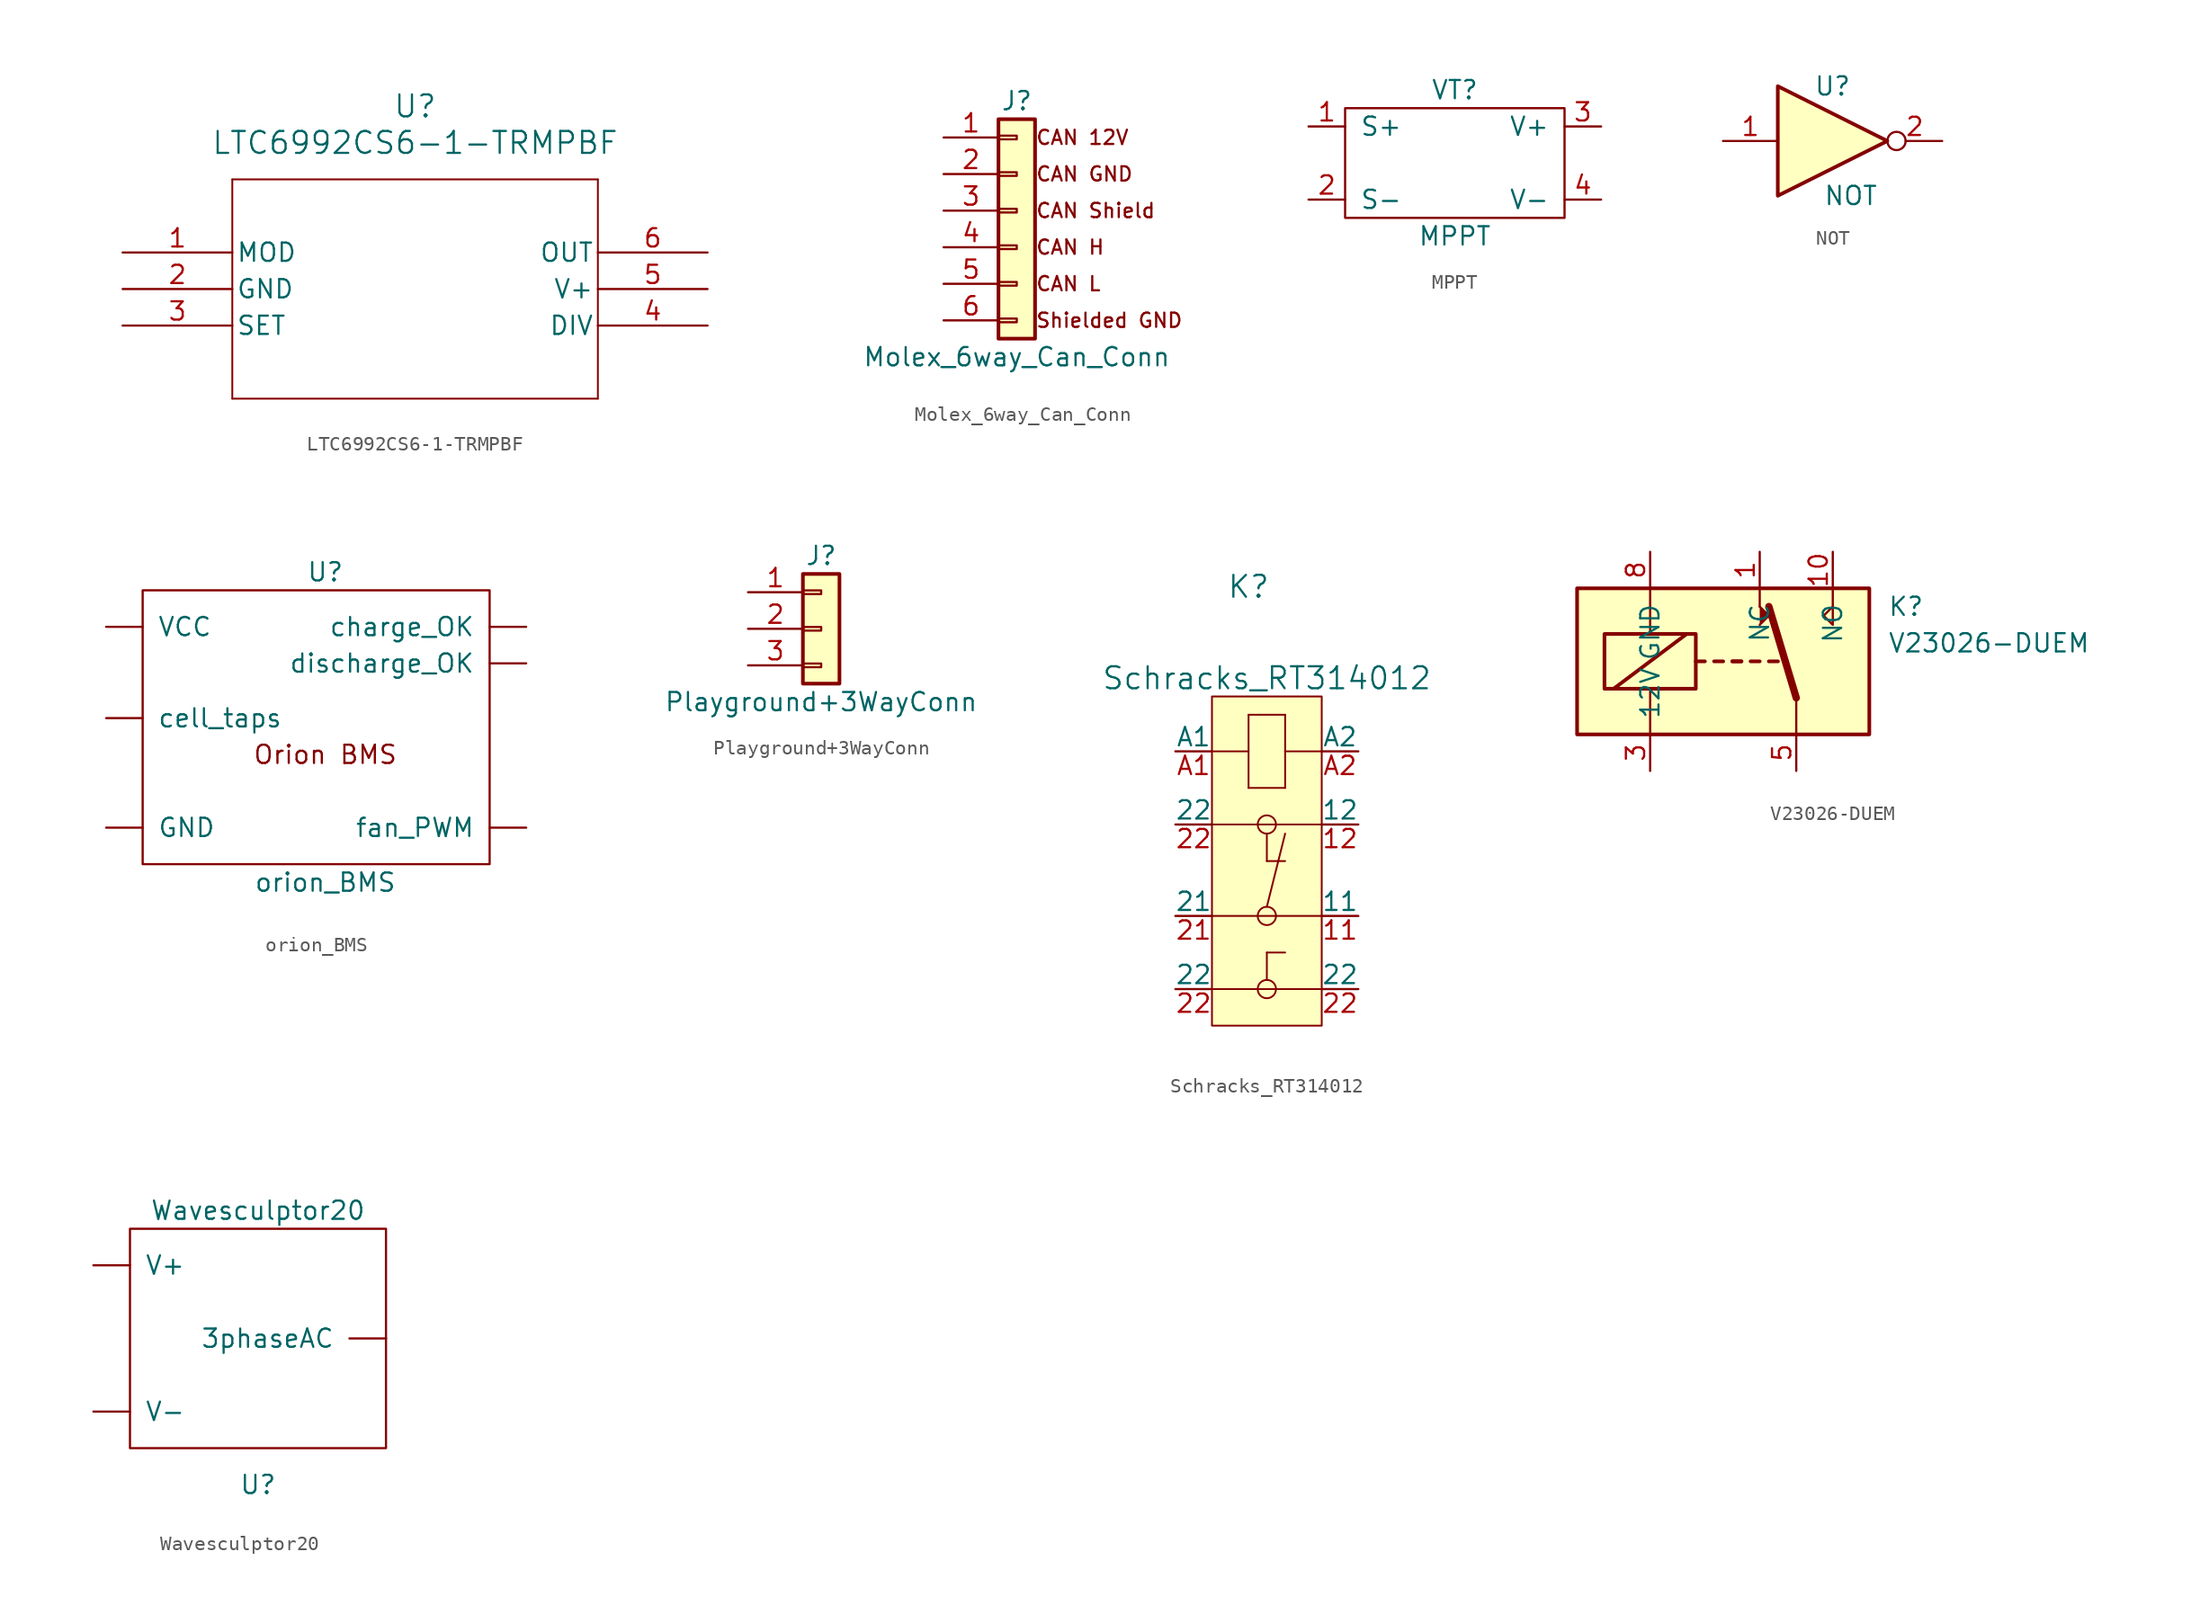
<source format=kicad_sym>
(kicad_symbol_lib
  (version 20211014)
  (generator kicad_symbol_editor)
  (symbol "LTC6992CS6-1-TRMPBF"
    (pin_names
      (offset 0.254))
    (property "Reference" "U"
      (at 20.32 10.16 0)
      (effects (font (size 1.524 1.524))))
    (property "Value" "LTC6992CS6-1-TRMPBF"
      (at 20.32 7.62 0)
      (effects (font (size 1.524 1.524))))
    (property "ki_locked" ""
      (at 0 0 0)
      (effects (font (size 1.27 1.27))))
    (symbol "LTC6992CS6-1-TRMPBF_0_1"
      (polyline (pts (xy 7.62 -10.16) (xy 33.02 -10.16)) (stroke (width 0.127) (type default) (color 0 0 0 0)) (fill (type none)))
      (polyline (pts (xy 7.62 5.08) (xy 7.62 -10.16)) (stroke (width 0.127) (type default) (color 0 0 0 0)) (fill (type none)))
      (polyline (pts (xy 33.02 -10.16) (xy 33.02 5.08)) (stroke (width 0.127) (type default) (color 0 0 0 0)) (fill (type none)))
      (polyline (pts (xy 33.02 5.08) (xy 7.62 5.08)) (stroke (width 0.127) (type default) (color 0 0 0 0)) (fill (type none)))
      (pin input line (at 0 0 0) (length 7.62) (name "MOD" (effects (font (size 1.27 1.27)))) (number "1" (effects (font (size 1.27 1.27)))))
      (pin power_out line (at 0 -2.54 0) (length 7.62) (name "GND" (effects (font (size 1.27 1.27)))) (number "2" (effects (font (size 1.27 1.27)))))
      (pin input line (at 0 -5.08 0) (length 7.62) (name "SET" (effects (font (size 1.27 1.27)))) (number "3" (effects (font (size 1.27 1.27)))))
      (pin input line (at 40.64 -5.08 180) (length 7.62) (name "DIV" (effects (font (size 1.27 1.27)))) (number "4" (effects (font (size 1.27 1.27)))))
      (pin power_in line (at 40.64 -2.54 180) (length 7.62) (name "V+" (effects (font (size 1.27 1.27)))) (number "5" (effects (font (size 1.27 1.27)))))
      (pin output line (at 40.64 0 180) (length 7.62) (name "OUT" (effects (font (size 1.27 1.27)))) (number "6" (effects (font (size 1.27 1.27)))))))
  (symbol "Molex_6way_Can_Conn"
    (pin_names
      (offset 1.016) hide)
    (property "Reference" "J"
      (at 0 7.62 0)
      (effects (font (size 1.27 1.27))))
    (property "Value" "Molex_6way_Can_Conn"
      (at 0 -10.16 0)
      (effects (font (size 1.27 1.27))))
    (symbol "Molex_6way_Can_Conn_0_0"
      (text "CAN 12V" (at 1.27 5.08 0) (effects (font (size 0.991 0.991)) (justify left)))
      (text "CAN GND" (at 1.27 2.54 0) (effects (font (size 0.991 0.991)) (justify left)))
      (text "CAN Shield" (at 1.27 0 0) (effects (font (size 0.991 0.991)) (justify left))))
    (symbol "Molex_6way_Can_Conn_1_1"
      (rectangle (start -1.27 -7.493) (end 0 -7.747) (stroke (width 0.152) (type default) (color 0 0 0 0)) (fill (type none)))
      (rectangle (start -1.27 -4.953) (end 0 -5.207) (stroke (width 0.152) (type default) (color 0 0 0 0)) (fill (type none)))
      (rectangle (start -1.27 -2.413) (end 0 -2.667) (stroke (width 0.152) (type default) (color 0 0 0 0)) (fill (type none)))
      (rectangle (start -1.27 0.127) (end 0 -0.127) (stroke (width 0.152) (type default) (color 0 0 0 0)) (fill (type none)))
      (rectangle (start -1.27 2.667) (end 0 2.413) (stroke (width 0.152) (type default) (color 0 0 0 0)) (fill (type none)))
      (rectangle (start -1.27 5.207) (end 0 4.953) (stroke (width 0.152) (type default) (color 0 0 0 0)) (fill (type none)))
      (rectangle (start -1.27 6.35) (end 1.27 -8.89) (stroke (width 0.254) (type default) (color 0 0 0 0)) (fill (type background)))
      (text "CAN H" (at 1.27 -2.54 0) (effects (font (size 0.991 0.991)) (justify left)))
      (text "CAN L" (at 1.27 -5.08 0) (effects (font (size 0.991 0.991)) (justify left)))
      (text "Shielded GND" (at 1.27 -7.62 0) (effects (font (size 0.991 0.991)) (justify left)))
      (pin passive line (at -5.08 5.08 0) (length 3.81) (name "Pin_1" (effects (font (size 1.27 1.27)))) (number "1" (effects (font (size 1.27 1.27)))))
      (pin passive line (at -5.08 2.54 0) (length 3.81) (name "Pin_2" (effects (font (size 1.27 1.27)))) (number "2" (effects (font (size 1.27 1.27)))))
      (pin passive line (at -5.08 0 0) (length 3.81) (name "Pin_3" (effects (font (size 1.27 1.27)))) (number "3" (effects (font (size 1.27 1.27)))))
      (pin passive line (at -5.08 -2.54 0) (length 3.81) (name "Pin_4" (effects (font (size 1.27 1.27)))) (number "4" (effects (font (size 1.27 1.27)))))
      (pin passive line (at -5.08 -5.08 0) (length 3.81) (name "Pin_5" (effects (font (size 1.27 1.27)))) (number "5" (effects (font (size 1.27 1.27)))))
      (pin passive line (at -5.08 -7.62 0) (length 3.81) (name "Pin_6" (effects (font (size 1.27 1.27)))) (number "6" (effects (font (size 1.27 1.27)))))))
  (symbol "MPPT"
    (pin_names
      (offset 1.016))
    (property "Reference" "VT"
      (at 0 5.08 0)
      (effects (font (size 1.27 1.27))))
    (property "Value" "MPPT"
      (at 0 -5.08 0)
      (effects (font (size 1.27 1.27))))
    (symbol "MPPT_0_1"
      (rectangle (start -7.62 3.81) (end 7.62 -3.81) (stroke (width 0) (type default) (color 0 0 0 0)) (fill (type none))))
    (symbol "MPPT_1_1"
      (pin power_in line (at -10.16 2.54 0) (length 2.54) (name "S+" (effects (font (size 1.27 1.27)))) (number "1" (effects (font (size 1.27 1.27)))))
      (pin power_in line (at -10.16 -2.54 0) (length 2.54) (name "S-" (effects (font (size 1.27 1.27)))) (number "2" (effects (font (size 1.27 1.27)))))
      (pin power_out line (at 10.16 2.54 180) (length 2.54) (name "V+" (effects (font (size 1.27 1.27)))) (number "3" (effects (font (size 1.27 1.27)))))
      (pin power_out line (at 10.16 -2.54 180) (length 2.54) (name "V-" (effects (font (size 1.27 1.27)))) (number "4" (effects (font (size 1.27 1.27)))))))
  (symbol "NOT"
    (pin_names
      (offset 1.016))
    (property "Reference" "U"
      (at 0 3.81 0)
      (effects (font (size 1.27 1.27))))
    (property "Value" "NOT"
      (at 1.27 -3.81 0)
      (effects (font (size 1.27 1.27))))
    (symbol "NOT_1_1"
      (polyline (pts (xy -3.81 3.81) (xy -3.81 -3.81) (xy 3.81 0) (xy -3.81 3.81)) (stroke (width 0.254) (type default) (color 0 0 0 0)) (fill (type background)))
      (pin input line (at -7.62 0 0) (length 3.81) (name "~" (effects (font (size 1.27 1.27)))) (number "1" (effects (font (size 1.27 1.27)))))
      (pin output inverted (at 7.62 0 180) (length 3.81) (name "~" (effects (font (size 1.27 1.27)))) (number "2" (effects (font (size 1.27 1.27)))))))
  (symbol "orion_BMS"
    (pin_names
      (offset 1.016))
    (property "Reference" "U"
      (at 0 10.16 0)
      (effects (font (size 1.27 1.27))))
    (property "Value" "orion_BMS"
      (at 0 -11.43 0)
      (effects (font (size 1.27 1.27))))
    (symbol "orion_BMS_0_0"
      (rectangle (start -12.7 8.89) (end 11.43 -10.16) (stroke (width 0) (type default) (color 0 0 0 0)) (fill (type none)))
      (text "Orion BMS" (at 0 -2.54 0) (effects (font (size 1.27 1.27)))))
    (symbol "orion_BMS_1_1"
      (pin passive line (at -15.24 -7.62 0) (length 2.54) (name "GND" (effects (font (size 1.27 1.27)))) (number "~" (effects (font (size 1.27 1.27)))))
      (pin passive line (at -15.24 6.35 0) (length 2.54) (name "VCC" (effects (font (size 1.27 1.27)))) (number "~" (effects (font (size 1.27 1.27)))))
      (pin passive line (at -15.24 0 0) (length 2.54) (name "cell_taps" (effects (font (size 1.27 1.27)))) (number "~" (effects (font (size 1.27 1.27)))))
      (pin passive line (at 13.97 6.35 180) (length 2.54) (name "charge_OK" (effects (font (size 1.27 1.27)))) (number "~" (effects (font (size 1.27 1.27)))))
      (pin passive line (at 13.97 3.81 180) (length 2.54) (name "discharge_OK" (effects (font (size 1.27 1.27)))) (number "~" (effects (font (size 1.27 1.27)))))
      (pin passive line (at 13.97 -7.62 180) (length 2.54) (name "fan_PWM" (effects (font (size 1.27 1.27)))) (number "~" (effects (font (size 1.27 1.27)))))))
  (symbol "Playground+3WayConn"
    (pin_names
      (offset 1.016) hide)
    (property "Reference" "J"
      (at 0 5.08 0)
      (effects (font (size 1.27 1.27))))
    (property "Value" "Playground+3WayConn"
      (at 0 -5.08 0)
      (effects (font (size 1.27 1.27))))
    (symbol "Playground+3WayConn_1_1"
      (rectangle (start -1.27 -2.413) (end 0 -2.667) (stroke (width 0.152) (type default) (color 0 0 0 0)) (fill (type none)))
      (rectangle (start -1.27 0.127) (end 0 -0.127) (stroke (width 0.152) (type default) (color 0 0 0 0)) (fill (type none)))
      (rectangle (start -1.27 2.667) (end 0 2.413) (stroke (width 0.152) (type default) (color 0 0 0 0)) (fill (type none)))
      (rectangle (start -1.27 3.81) (end 1.27 -3.81) (stroke (width 0.254) (type default) (color 0 0 0 0)) (fill (type background)))
      (pin passive line (at -5.08 2.54 0) (length 3.81) (name "Pin_1" (effects (font (size 1.27 1.27)))) (number "1" (effects (font (size 1.27 1.27)))))
      (pin passive line (at -5.08 0 0) (length 3.81) (name "Pin_2" (effects (font (size 1.27 1.27)))) (number "2" (effects (font (size 1.27 1.27)))))
      (pin passive line (at -5.08 -2.54 0) (length 3.81) (name "Pin_3" (effects (font (size 1.27 1.27)))) (number "3" (effects (font (size 1.27 1.27)))))))
  (symbol "Schracks_RT314012"
    (pin_names
      (offset 0))
    (property "Reference" "K"
      (at 20.32 10.16 0)
      (effects (font (size 1.524 1.524))))
    (property "Value" "Schracks_RT314012"
      (at 21.59 3.81 0)
      (effects (font (size 1.524 1.524))))
    (property "Datasheet" ""
      (at 15.24 -1.27 0)
      (effects (font (size 1.524 1.524))))
    (property "ki_locked" ""
      (at 0 0 0)
      (effects (font (size 1.27 1.27))))
    (symbol "Schracks_RT314012_1_1"
      (polyline (pts (xy 17.78 -17.78) (xy 25.4 -17.78)) (stroke (width 0.127) (type default) (color 0 0 0 0)) (fill (type none)))
      (polyline (pts (xy 17.78 -12.7) (xy 25.4 -12.7)) (stroke (width 0.127) (type default) (color 0 0 0 0)) (fill (type none)))
      (polyline (pts (xy 17.78 -6.35) (xy 25.4 -6.35)) (stroke (width 0.127) (type default) (color 0 0 0 0)) (fill (type none)))
      (polyline (pts (xy 17.78 -1.27) (xy 20.32 -1.27)) (stroke (width 0.127) (type default) (color 0 0 0 0)) (fill (type none)))
      (polyline (pts (xy 20.32 -3.81) (xy 20.32 1.27)) (stroke (width 0.127) (type default) (color 0 0 0 0)) (fill (type none)))
      (polyline (pts (xy 20.32 1.27) (xy 22.86 1.27)) (stroke (width 0.127) (type default) (color 0 0 0 0)) (fill (type none)))
      (polyline (pts (xy 21.59 -17.145) (xy 21.59 -15.24)) (stroke (width 0.127) (type default) (color 0 0 0 0)) (fill (type none)))
      (polyline (pts (xy 21.59 -15.24) (xy 22.86 -15.24)) (stroke (width 0.127) (type default) (color 0 0 0 0)) (fill (type none)))
      (polyline (pts (xy 21.59 -12.065) (xy 22.86 -6.985)) (stroke (width 0.127) (type default) (color 0 0 0 0)) (fill (type none)))
      (polyline (pts (xy 21.59 -8.89) (xy 22.86 -8.89)) (stroke (width 0.127) (type default) (color 0 0 0 0)) (fill (type none)))
      (polyline (pts (xy 21.59 -6.985) (xy 21.59 -8.89)) (stroke (width 0.127) (type default) (color 0 0 0 0)) (fill (type none)))
      (polyline (pts (xy 22.86 -3.81) (xy 20.32 -3.81)) (stroke (width 0.127) (type default) (color 0 0 0 0)) (fill (type none)))
      (polyline (pts (xy 22.86 -1.27) (xy 25.4 -1.27)) (stroke (width 0.127) (type default) (color 0 0 0 0)) (fill (type none)))
      (polyline (pts (xy 22.86 1.27) (xy 22.86 -3.81)) (stroke (width 0.127) (type default) (color 0 0 0 0)) (fill (type none)))
      (rectangle (start 17.78 2.54) (end 25.4 -20.32) (stroke (width 0.127) (type default) (color 0 0 0 0)) (fill (type background)))
      (circle (center 21.59 -17.78) (radius 0.635) (stroke (width 0.127) (type default) (color 0 0 0 0)) (fill (type none)))
      (circle (center 21.59 -12.7) (radius 0.635) (stroke (width 0.127) (type default) (color 0 0 0 0)) (fill (type none)))
      (circle (center 21.59 -6.35) (radius 0.635) (stroke (width 0.127) (type default) (color 0 0 0 0)) (fill (type none)))
      (arc (start 22.225 -17.78) (mid 20.955 -17.78) (end 22.225 -17.78) (stroke (width 0.127) (type default) (color 0 0 0 0)) (fill (type none)))
      (arc (start 22.225 -12.7) (mid 20.955 -12.7) (end 22.225 -12.7) (stroke (width 0.127) (type default) (color 0 0 0 0)) (fill (type none)))
      (arc (start 22.225 -6.35) (mid 20.955 -6.35) (end 22.225 -6.35) (stroke (width 0.127) (type default) (color 0 0 0 0)) (fill (type none)))
      (pin input line (at 27.94 -12.7 180) (length 2.54) (name "11" (effects (font (size 1.27 1.27)))) (number "11" (effects (font (size 1.27 1.27)))))
      (pin output line (at 27.94 -6.35 180) (length 2.54) (name "12" (effects (font (size 1.27 1.27)))) (number "12" (effects (font (size 1.27 1.27)))))
      (pin input line (at 15.24 -12.7 0) (length 2.54) (name "21" (effects (font (size 1.27 1.27)))) (number "21" (effects (font (size 1.27 1.27)))))
      (pin output line (at 15.24 -17.78 0) (length 2.54) (name "22" (effects (font (size 1.27 1.27)))) (number "22" (effects (font (size 1.27 1.27)))))
      (pin output line (at 15.24 -6.35 0) (length 2.54) (name "22" (effects (font (size 1.27 1.27)))) (number "22" (effects (font (size 1.27 1.27)))))
      (pin output line (at 27.94 -17.78 180) (length 2.54) (name "22" (effects (font (size 1.27 1.27)))) (number "22" (effects (font (size 1.27 1.27)))))
      (pin input line (at 15.24 -1.27 0) (length 2.54) (name "A1" (effects (font (size 1.27 1.27)))) (number "A1" (effects (font (size 1.27 1.27)))))
      (pin input line (at 27.94 -1.27 180) (length 2.54) (name "A2" (effects (font (size 1.27 1.27)))) (number "A2" (effects (font (size 1.27 1.27)))))))
  (symbol "V23026-DUEM"
    (pin_names
      (offset 1.016))
    (property "Reference" "K"
      (at 11.43 3.81 0)
      (effects (font (size 1.27 1.27)) (justify left)))
    (property "Value" "V23026-DUEM"
      (at 11.43 1.27 0)
      (effects (font (size 1.27 1.27)) (justify left)))
    (symbol "V23026-DUEM_0_0"
      (polyline (pts (xy 2.54 3.81) (xy 2.54 5.08)) (stroke (width 0) (type default) (color 0 0 0 0)) (fill (type none)))
      (polyline (pts (xy 7.62 3.81) (xy 7.62 5.08)) (stroke (width 0) (type default) (color 0 0 0 0)) (fill (type none)))
      (polyline (pts (xy 7.62 3.81) (xy 7.62 2.54) (xy 6.985 3.175) (xy 7.62 3.81)) (stroke (width 0) (type default) (color 0 0 0 0)) (fill (type none))))
    (symbol "V23026-DUEM_0_1"
      (rectangle (start -10.16 5.08) (end 10.16 -5.08) (stroke (width 0.254) (type default) (color 0 0 0 0)) (fill (type background)))
      (rectangle (start -8.255 1.905) (end -1.905 -1.905) (stroke (width 0.254) (type default) (color 0 0 0 0)) (fill (type none)))
      (polyline (pts (xy -7.62 -1.905) (xy -2.54 1.905)) (stroke (width 0.254) (type default) (color 0 0 0 0)) (fill (type none)))
      (polyline (pts (xy -5.08 -5.08) (xy -5.08 -1.905)) (stroke (width 0) (type default) (color 0 0 0 0)) (fill (type none)))
      (polyline (pts (xy -5.08 5.08) (xy -5.08 1.905)) (stroke (width 0) (type default) (color 0 0 0 0)) (fill (type none)))
      (polyline (pts (xy -1.905 0) (xy -1.27 0)) (stroke (width 0.254) (type default) (color 0 0 0 0)) (fill (type none)))
      (polyline (pts (xy -0.635 0) (xy 0 0)) (stroke (width 0.254) (type default) (color 0 0 0 0)) (fill (type none)))
      (polyline (pts (xy 0.635 0) (xy 1.27 0)) (stroke (width 0.254) (type default) (color 0 0 0 0)) (fill (type none)))
      (polyline (pts (xy 0.635 0) (xy 1.27 0)) (stroke (width 0.254) (type default) (color 0 0 0 0)) (fill (type none)))
      (polyline (pts (xy 1.905 0) (xy 2.54 0)) (stroke (width 0.254) (type default) (color 0 0 0 0)) (fill (type none)))
      (polyline (pts (xy 3.175 0) (xy 3.81 0)) (stroke (width 0.254) (type default) (color 0 0 0 0)) (fill (type none)))
      (polyline (pts (xy 5.08 -2.54) (xy 3.175 3.81)) (stroke (width 0.508) (type default) (color 0 0 0 0)) (fill (type none)))
      (polyline (pts (xy 5.08 -2.54) (xy 5.08 -5.08)) (stroke (width 0) (type default) (color 0 0 0 0)) (fill (type none)))
      (polyline (pts (xy 2.54 2.54) (xy 3.175 3.175) (xy 2.54 3.81)) (stroke (width 0) (type default) (color 0 0 0 0)) (fill (type outline))))
    (symbol "V23026-DUEM_1_1"
      (pin passive line (at 2.54 7.62 270) (length 2.54) (name "NC" (effects (font (size 1.27 1.27)))) (number "1" (effects (font (size 1.27 1.27)))))
      (pin passive line (at 7.62 7.62 270) (length 2.54) (name "NO" (effects (font (size 1.27 1.27)))) (number "10" (effects (font (size 1.27 1.27)))))
      (pin passive line (at -5.08 -7.62 90) (length 2.54) (name "12V" (effects (font (size 1.27 1.27)))) (number "3" (effects (font (size 1.27 1.27)))))
      (pin passive line (at 5.08 -7.62 90) (length 2.54) (name "~" (effects (font (size 1.27 1.27)))) (number "5" (effects (font (size 1.27 1.27)))))
      (pin passive line (at -5.08 7.62 270) (length 2.54) (name "GND" (effects (font (size 1.27 1.27)))) (number "8" (effects (font (size 1.27 1.27)))))))
  (symbol "Wavesculptor20"
    (pin_names
      (offset 1.016))
    (property "Reference" "U"
      (at 0 -10.16 0)
      (effects (font (size 1.27 1.27))))
    (property "Value" "Wavesculptor20"
      (at 0 8.89 0)
      (effects (font (size 1.27 1.27))))
    (symbol "Wavesculptor20_0_0"
      (rectangle (start -8.89 7.62) (end 8.89 -7.62) (stroke (width 0) (type default) (color 0 0 0 0)) (fill (type none))))
    (symbol "Wavesculptor20_1_1"
      (pin passive line (at 8.89 0 180) (length 2.54) (name "3phaseAC" (effects (font (size 1.27 1.27)))) (number "~" (effects (font (size 1.27 1.27)))))
      (pin passive line (at -11.43 5.08 0) (length 2.54) (name "V+" (effects (font (size 1.27 1.27)))) (number "~" (effects (font (size 1.27 1.27)))))
      (pin passive line (at -11.43 -5.08 0) (length 2.54) (name "V-" (effects (font (size 1.27 1.27)))) (number "~" (effects (font (size 1.27 1.27))))))))
</source>
